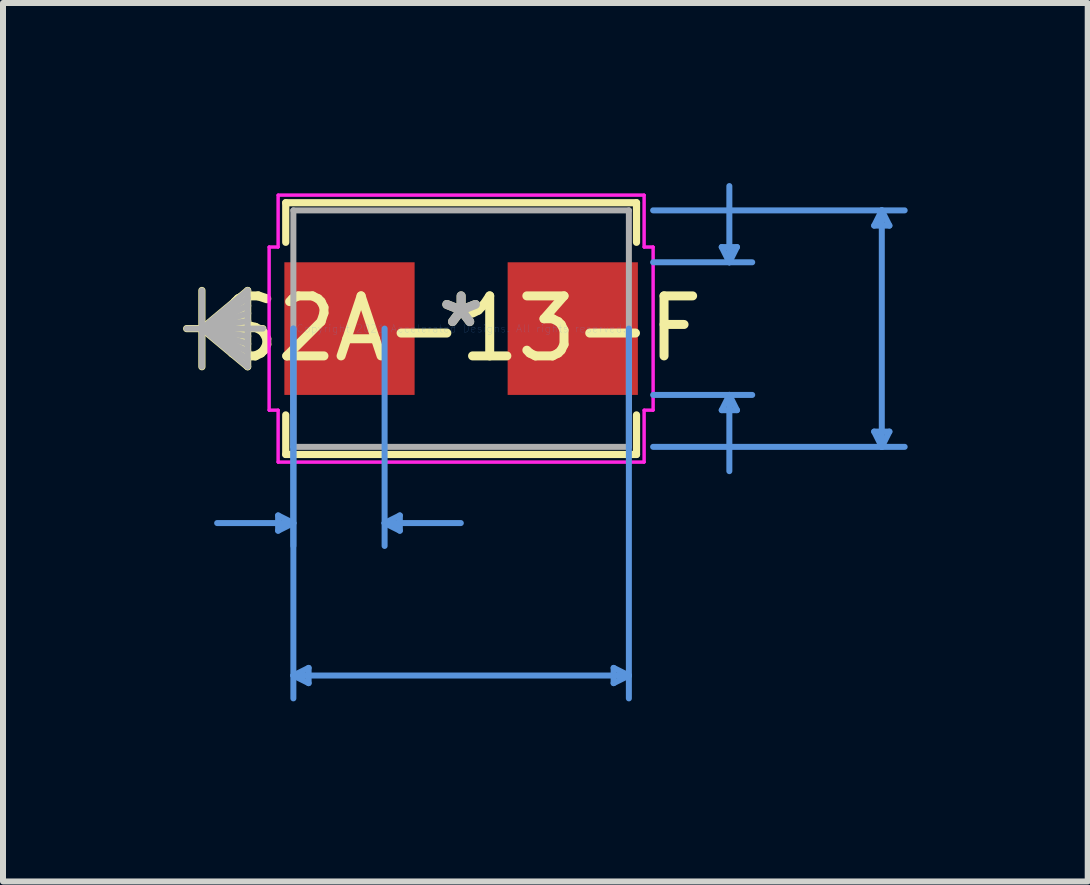
<source format=kicad_pcb>
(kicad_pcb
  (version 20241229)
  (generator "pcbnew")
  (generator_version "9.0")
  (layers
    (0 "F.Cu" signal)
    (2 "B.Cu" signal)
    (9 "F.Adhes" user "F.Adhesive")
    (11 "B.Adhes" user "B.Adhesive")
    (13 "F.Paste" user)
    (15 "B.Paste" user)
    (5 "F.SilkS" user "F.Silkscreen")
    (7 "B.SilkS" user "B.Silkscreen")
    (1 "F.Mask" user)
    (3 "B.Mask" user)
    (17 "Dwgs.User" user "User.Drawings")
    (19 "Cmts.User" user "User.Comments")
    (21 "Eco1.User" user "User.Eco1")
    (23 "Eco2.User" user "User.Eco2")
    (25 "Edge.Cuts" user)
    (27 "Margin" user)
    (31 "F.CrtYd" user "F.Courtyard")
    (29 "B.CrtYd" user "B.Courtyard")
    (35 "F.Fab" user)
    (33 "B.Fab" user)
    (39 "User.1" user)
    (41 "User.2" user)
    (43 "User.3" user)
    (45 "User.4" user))
  (footprint "S2A-13-F"
    (layer "F.Cu")
    (at 4.633 2.425)
    (property "Reference" "S2A-13-F" (at 0 0 0) (layer "F.SilkS") (effects (font (size 1 1) (thickness 0.15))))
    (attr through_hole)
    (fp_line (start -4.319 -0.635) (end -4.319 0.635) (stroke (width 0.12) (type solid)) (layer "F.SilkS"))
    (fp_line (start -4.319 0) (end -3.557 -0.635) (stroke (width 0.12) (type solid)) (layer "F.SilkS"))
    (fp_line (start -4.319 0) (end -3.557 -0.508) (stroke (width 0.12) (type solid)) (layer "F.SilkS"))
    (fp_line (start -4.319 0) (end -3.557 -0.381) (stroke (width 0.12) (type solid)) (layer "F.SilkS"))
    (fp_line (start -4.319 0) (end -3.557 -0.254) (stroke (width 0.12) (type solid)) (layer "F.SilkS"))
    (fp_line (start -4.319 0) (end -3.557 -0.127) (stroke (width 0.12) (type solid)) (layer "F.SilkS"))
    (fp_line (start -4.319 0) (end -3.557 0.127) (stroke (width 0.12) (type solid)) (layer "F.SilkS"))
    (fp_line (start -4.319 0) (end -3.557 0.254) (stroke (width 0.12) (type solid)) (layer "F.SilkS"))
    (fp_line (start -4.319 0) (end -3.557 0.381) (stroke (width 0.12) (type solid)) (layer "F.SilkS"))
    (fp_line (start -4.319 0) (end -3.557 0.508) (stroke (width 0.12) (type solid)) (layer "F.SilkS"))
    (fp_line (start -4.319 0) (end -3.557 0.635) (stroke (width 0.12) (type solid)) (layer "F.SilkS"))
    (fp_line (start -3.557 -0.635) (end -3.557 0.635) (stroke (width 0.12) (type solid)) (layer "F.SilkS"))
    (fp_line (start -3.303 0) (end -4.573 0) (stroke (width 0.12) (type solid)) (layer "F.SilkS"))
    (fp_line (start -2.922 -2.097) (end -2.922 -1.438) (stroke (width 0.12) (type solid)) (layer "F.SilkS"))
    (fp_line (start -2.922 1.438) (end -2.922 2.097) (stroke (width 0.12) (type solid)) (layer "F.SilkS"))
    (fp_line (start -2.922 2.097) (end 2.922 2.097) (stroke (width 0.12) (type solid)) (layer "F.SilkS"))
    (fp_line (start 2.922 -2.097) (end -2.922 -2.097) (stroke (width 0.12) (type solid)) (layer "F.SilkS"))
    (fp_line (start 2.922 -1.438) (end 2.922 -2.097) (stroke (width 0.12) (type solid)) (layer "F.SilkS"))
    (fp_line (start 2.922 2.097) (end 2.922 1.438) (stroke (width 0.12) (type solid)) (layer "F.SilkS"))
    (fp_line (start -3.049 3.113) (end -3.049 3.367) (stroke (width 0.1) (type solid)) (layer "Cmts.User"))
    (fp_line (start -2.795 0) (end -2.795 3.621) (stroke (width 0.1) (type solid)) (layer "Cmts.User"))
    (fp_line (start -2.795 0) (end -2.795 6.161) (stroke (width 0.1) (type solid)) (layer "Cmts.User"))
    (fp_line (start -2.795 3.24) (end -4.065 3.24) (stroke (width 0.1) (type solid)) (layer "Cmts.User"))
    (fp_line (start -2.795 3.24) (end -3.049 3.113) (stroke (width 0.1) (type solid)) (layer "Cmts.User"))
    (fp_line (start -2.795 3.24) (end -3.049 3.367) (stroke (width 0.1) (type solid)) (layer "Cmts.User"))
    (fp_line (start -2.795 5.78) (end -2.541 5.653) (stroke (width 0.1) (type solid)) (layer "Cmts.User"))
    (fp_line (start -2.795 5.78) (end -2.541 5.907) (stroke (width 0.1) (type solid)) (layer "Cmts.User"))
    (fp_line (start -2.795 5.78) (end 2.795 5.78) (stroke (width 0.1) (type solid)) (layer "Cmts.User"))
    (fp_line (start -2.541 5.653) (end -2.541 5.907) (stroke (width 0.1) (type solid)) (layer "Cmts.User"))
    (fp_line (start -1.275 0) (end -1.275 3.621) (stroke (width 0.1) (type solid)) (layer "Cmts.User"))
    (fp_line (start -1.275 3.24) (end -1.021 3.113) (stroke (width 0.1) (type solid)) (layer "Cmts.User"))
    (fp_line (start -1.275 3.24) (end -1.021 3.367) (stroke (width 0.1) (type solid)) (layer "Cmts.User"))
    (fp_line (start -1.275 3.24) (end -0.005 3.24) (stroke (width 0.1) (type solid)) (layer "Cmts.User"))
    (fp_line (start -1.021 3.113) (end -1.021 3.367) (stroke (width 0.1) (type solid)) (layer "Cmts.User"))
    (fp_line (start 2.541 5.653) (end 2.541 5.907) (stroke (width 0.1) (type solid)) (layer "Cmts.User"))
    (fp_line (start 2.795 0) (end 2.795 6.161) (stroke (width 0.1) (type solid)) (layer "Cmts.User"))
    (fp_line (start 2.795 5.78) (end 2.541 5.653) (stroke (width 0.1) (type solid)) (layer "Cmts.User"))
    (fp_line (start 2.795 5.78) (end 2.541 5.907) (stroke (width 0.1) (type solid)) (layer "Cmts.User"))
    (fp_line (start 3.199 -1.97) (end 7.39 -1.97) (stroke (width 0.1) (type solid)) (layer "Cmts.User"))
    (fp_line (start 3.199 -1.105) (end 4.85 -1.105) (stroke (width 0.1) (type solid)) (layer "Cmts.User"))
    (fp_line (start 3.199 1.105) (end 4.85 1.105) (stroke (width 0.1) (type solid)) (layer "Cmts.User"))
    (fp_line (start 3.199 1.97) (end 7.39 1.97) (stroke (width 0.1) (type solid)) (layer "Cmts.User"))
    (fp_line (start 4.342 -1.359) (end 4.596 -1.359) (stroke (width 0.1) (type solid)) (layer "Cmts.User"))
    (fp_line (start 4.342 1.359) (end 4.596 1.359) (stroke (width 0.1) (type solid)) (layer "Cmts.User"))
    (fp_line (start 4.469 -1.105) (end 4.342 -1.359) (stroke (width 0.1) (type solid)) (layer "Cmts.User"))
    (fp_line (start 4.469 -1.105) (end 4.469 -2.375) (stroke (width 0.1) (type solid)) (layer "Cmts.User"))
    (fp_line (start 4.469 -1.105) (end 4.596 -1.359) (stroke (width 0.1) (type solid)) (layer "Cmts.User"))
    (fp_line (start 4.469 1.105) (end 4.342 1.359) (stroke (width 0.1) (type solid)) (layer "Cmts.User"))
    (fp_line (start 4.469 1.105) (end 4.469 2.375) (stroke (width 0.1) (type solid)) (layer "Cmts.User"))
    (fp_line (start 4.469 1.105) (end 4.596 1.359) (stroke (width 0.1) (type solid)) (layer "Cmts.User"))
    (fp_line (start 6.882 -1.716) (end 7.136 -1.716) (stroke (width 0.1) (type solid)) (layer "Cmts.User"))
    (fp_line (start 6.882 1.716) (end 7.136 1.716) (stroke (width 0.1) (type solid)) (layer "Cmts.User"))
    (fp_line (start 7.009 -1.97) (end 6.882 -1.716) (stroke (width 0.1) (type solid)) (layer "Cmts.User"))
    (fp_line (start 7.009 -1.97) (end 7.009 1.97) (stroke (width 0.1) (type solid)) (layer "Cmts.User"))
    (fp_line (start 7.009 -1.97) (end 7.136 -1.716) (stroke (width 0.1) (type solid)) (layer "Cmts.User"))
    (fp_line (start 7.009 1.97) (end 6.882 1.716) (stroke (width 0.1) (type solid)) (layer "Cmts.User"))
    (fp_line (start 7.009 1.97) (end 7.136 1.716) (stroke (width 0.1) (type solid)) (layer "Cmts.User"))
    (fp_line (start -3.199 -1.359) (end -3.049 -1.359) (stroke (width 0.05) (type solid)) (layer "F.CrtYd"))
    (fp_line (start -3.199 -1.359) (end -3.049 -1.359) (stroke (width 0.05) (type solid)) (layer "F.CrtYd"))
    (fp_line (start -3.199 1.359) (end -3.199 -1.359) (stroke (width 0.05) (type solid)) (layer "F.CrtYd"))
    (fp_line (start -3.199 1.359) (end -3.199 -1.359) (stroke (width 0.05) (type solid)) (layer "F.CrtYd"))
    (fp_line (start -3.049 -2.224) (end 3.049 -2.224) (stroke (width 0.05) (type solid)) (layer "F.CrtYd"))
    (fp_line (start -3.049 -2.224) (end 3.049 -2.224) (stroke (width 0.05) (type solid)) (layer "F.CrtYd"))
    (fp_line (start -3.049 -1.359) (end -3.049 -2.224) (stroke (width 0.05) (type solid)) (layer "F.CrtYd"))
    (fp_line (start -3.049 -1.359) (end -3.049 -2.224) (stroke (width 0.05) (type solid)) (layer "F.CrtYd"))
    (fp_line (start -3.049 1.359) (end -3.199 1.359) (stroke (width 0.05) (type solid)) (layer "F.CrtYd"))
    (fp_line (start -3.049 1.359) (end -3.199 1.359) (stroke (width 0.05) (type solid)) (layer "F.CrtYd"))
    (fp_line (start -3.049 2.224) (end -3.049 1.359) (stroke (width 0.05) (type solid)) (layer "F.CrtYd"))
    (fp_line (start -3.049 2.224) (end -3.049 1.359) (stroke (width 0.05) (type solid)) (layer "F.CrtYd"))
    (fp_line (start 3.049 -2.224) (end 3.049 -1.359) (stroke (width 0.05) (type solid)) (layer "F.CrtYd"))
    (fp_line (start 3.049 -2.224) (end 3.049 -1.359) (stroke (width 0.05) (type solid)) (layer "F.CrtYd"))
    (fp_line (start 3.049 -1.359) (end 3.199 -1.359) (stroke (width 0.05) (type solid)) (layer "F.CrtYd"))
    (fp_line (start 3.049 -1.359) (end 3.199 -1.359) (stroke (width 0.05) (type solid)) (layer "F.CrtYd"))
    (fp_line (start 3.049 1.359) (end 3.049 2.224) (stroke (width 0.05) (type solid)) (layer "F.CrtYd"))
    (fp_line (start 3.049 1.359) (end 3.049 2.224) (stroke (width 0.05) (type solid)) (layer "F.CrtYd"))
    (fp_line (start 3.049 2.224) (end -3.049 2.224) (stroke (width 0.05) (type solid)) (layer "F.CrtYd"))
    (fp_line (start 3.049 2.224) (end -3.049 2.224) (stroke (width 0.05) (type solid)) (layer "F.CrtYd"))
    (fp_line (start 3.199 -1.359) (end 3.199 1.359) (stroke (width 0.05) (type solid)) (layer "F.CrtYd"))
    (fp_line (start 3.199 -1.359) (end 3.199 1.359) (stroke (width 0.05) (type solid)) (layer "F.CrtYd"))
    (fp_line (start 3.199 1.359) (end 3.049 1.359) (stroke (width 0.05) (type solid)) (layer "F.CrtYd"))
    (fp_line (start 3.199 1.359) (end 3.049 1.359) (stroke (width 0.05) (type solid)) (layer "F.CrtYd"))
    (fp_line (start -4.319 -0.635) (end -4.319 0.635) (stroke (width 0.1) (type solid)) (layer "F.Fab"))
    (fp_line (start -4.319 0) (end -3.557 -0.635) (stroke (width 0.1) (type solid)) (layer "F.Fab"))
    (fp_line (start -4.319 0) (end -3.557 -0.508) (stroke (width 0.1) (type solid)) (layer "F.Fab"))
    (fp_line (start -4.319 0) (end -3.557 -0.381) (stroke (width 0.1) (type solid)) (layer "F.Fab"))
    (fp_line (start -4.319 0) (end -3.557 -0.254) (stroke (width 0.1) (type solid)) (layer "F.Fab"))
    (fp_line (start -4.319 0) (end -3.557 -0.127) (stroke (width 0.1) (type solid)) (layer "F.Fab"))
    (fp_line (start -4.319 0) (end -3.557 0.127) (stroke (width 0.1) (type solid)) (layer "F.Fab"))
    (fp_line (start -4.319 0) (end -3.557 0.254) (stroke (width 0.1) (type solid)) (layer "F.Fab"))
    (fp_line (start -4.319 0) (end -3.557 0.381) (stroke (width 0.1) (type solid)) (layer "F.Fab"))
    (fp_line (start -4.319 0) (end -3.557 0.508) (stroke (width 0.1) (type solid)) (layer "F.Fab"))
    (fp_line (start -4.319 0) (end -3.557 0.635) (stroke (width 0.1) (type solid)) (layer "F.Fab"))
    (fp_line (start -3.557 -0.635) (end -3.557 0.635) (stroke (width 0.1) (type solid)) (layer "F.Fab"))
    (fp_line (start -3.303 0) (end -4.573 0) (stroke (width 0.1) (type solid)) (layer "F.Fab"))
    (fp_line (start -2.795 -1.97) (end -2.795 1.97) (stroke (width 0.1) (type solid)) (layer "F.Fab"))
    (fp_line (start -2.795 1.97) (end 2.795 1.97) (stroke (width 0.1) (type solid)) (layer "F.Fab"))
    (fp_line (start 2.795 -1.97) (end -2.795 -1.97) (stroke (width 0.1) (type solid)) (layer "F.Fab"))
    (fp_line (start 2.795 1.97) (end 2.795 -1.97) (stroke (width 0.1) (type solid)) (layer "F.Fab"))
    (fp_text user "*" (at 0 0 0) (layer "F.SilkS") (effects (font (size 1 1) (thickness 0.15))))
    (fp_text user "Copyright 2021 Accelerated Designs. All rights reserved." (at 0 0 0) (layer "Cmts.User") (effects (font (size 0.127 0.127) (thickness 0.002))))
    (fp_text user "*" (at 0 0 0) (layer "F.Fab") (effects (font (size 1 1) (thickness 0.15))))
    (pad "1" smd rect (at -1.86 0 90) (size 2.21 2.17) (layers "F.Cu" "F.Mask" "F.Paste"))
    (pad "2" smd rect (at 1.86 0 90) (size 2.21 2.17) (layers "F.Cu" "F.Mask" "F.Paste")))
  (gr_rect
    (start -3 -3)
    (end 15.073 11.636)
    (stroke (width 0.1) (type default))
    (fill no)
    (layer "Edge.Cuts")))
</source>
